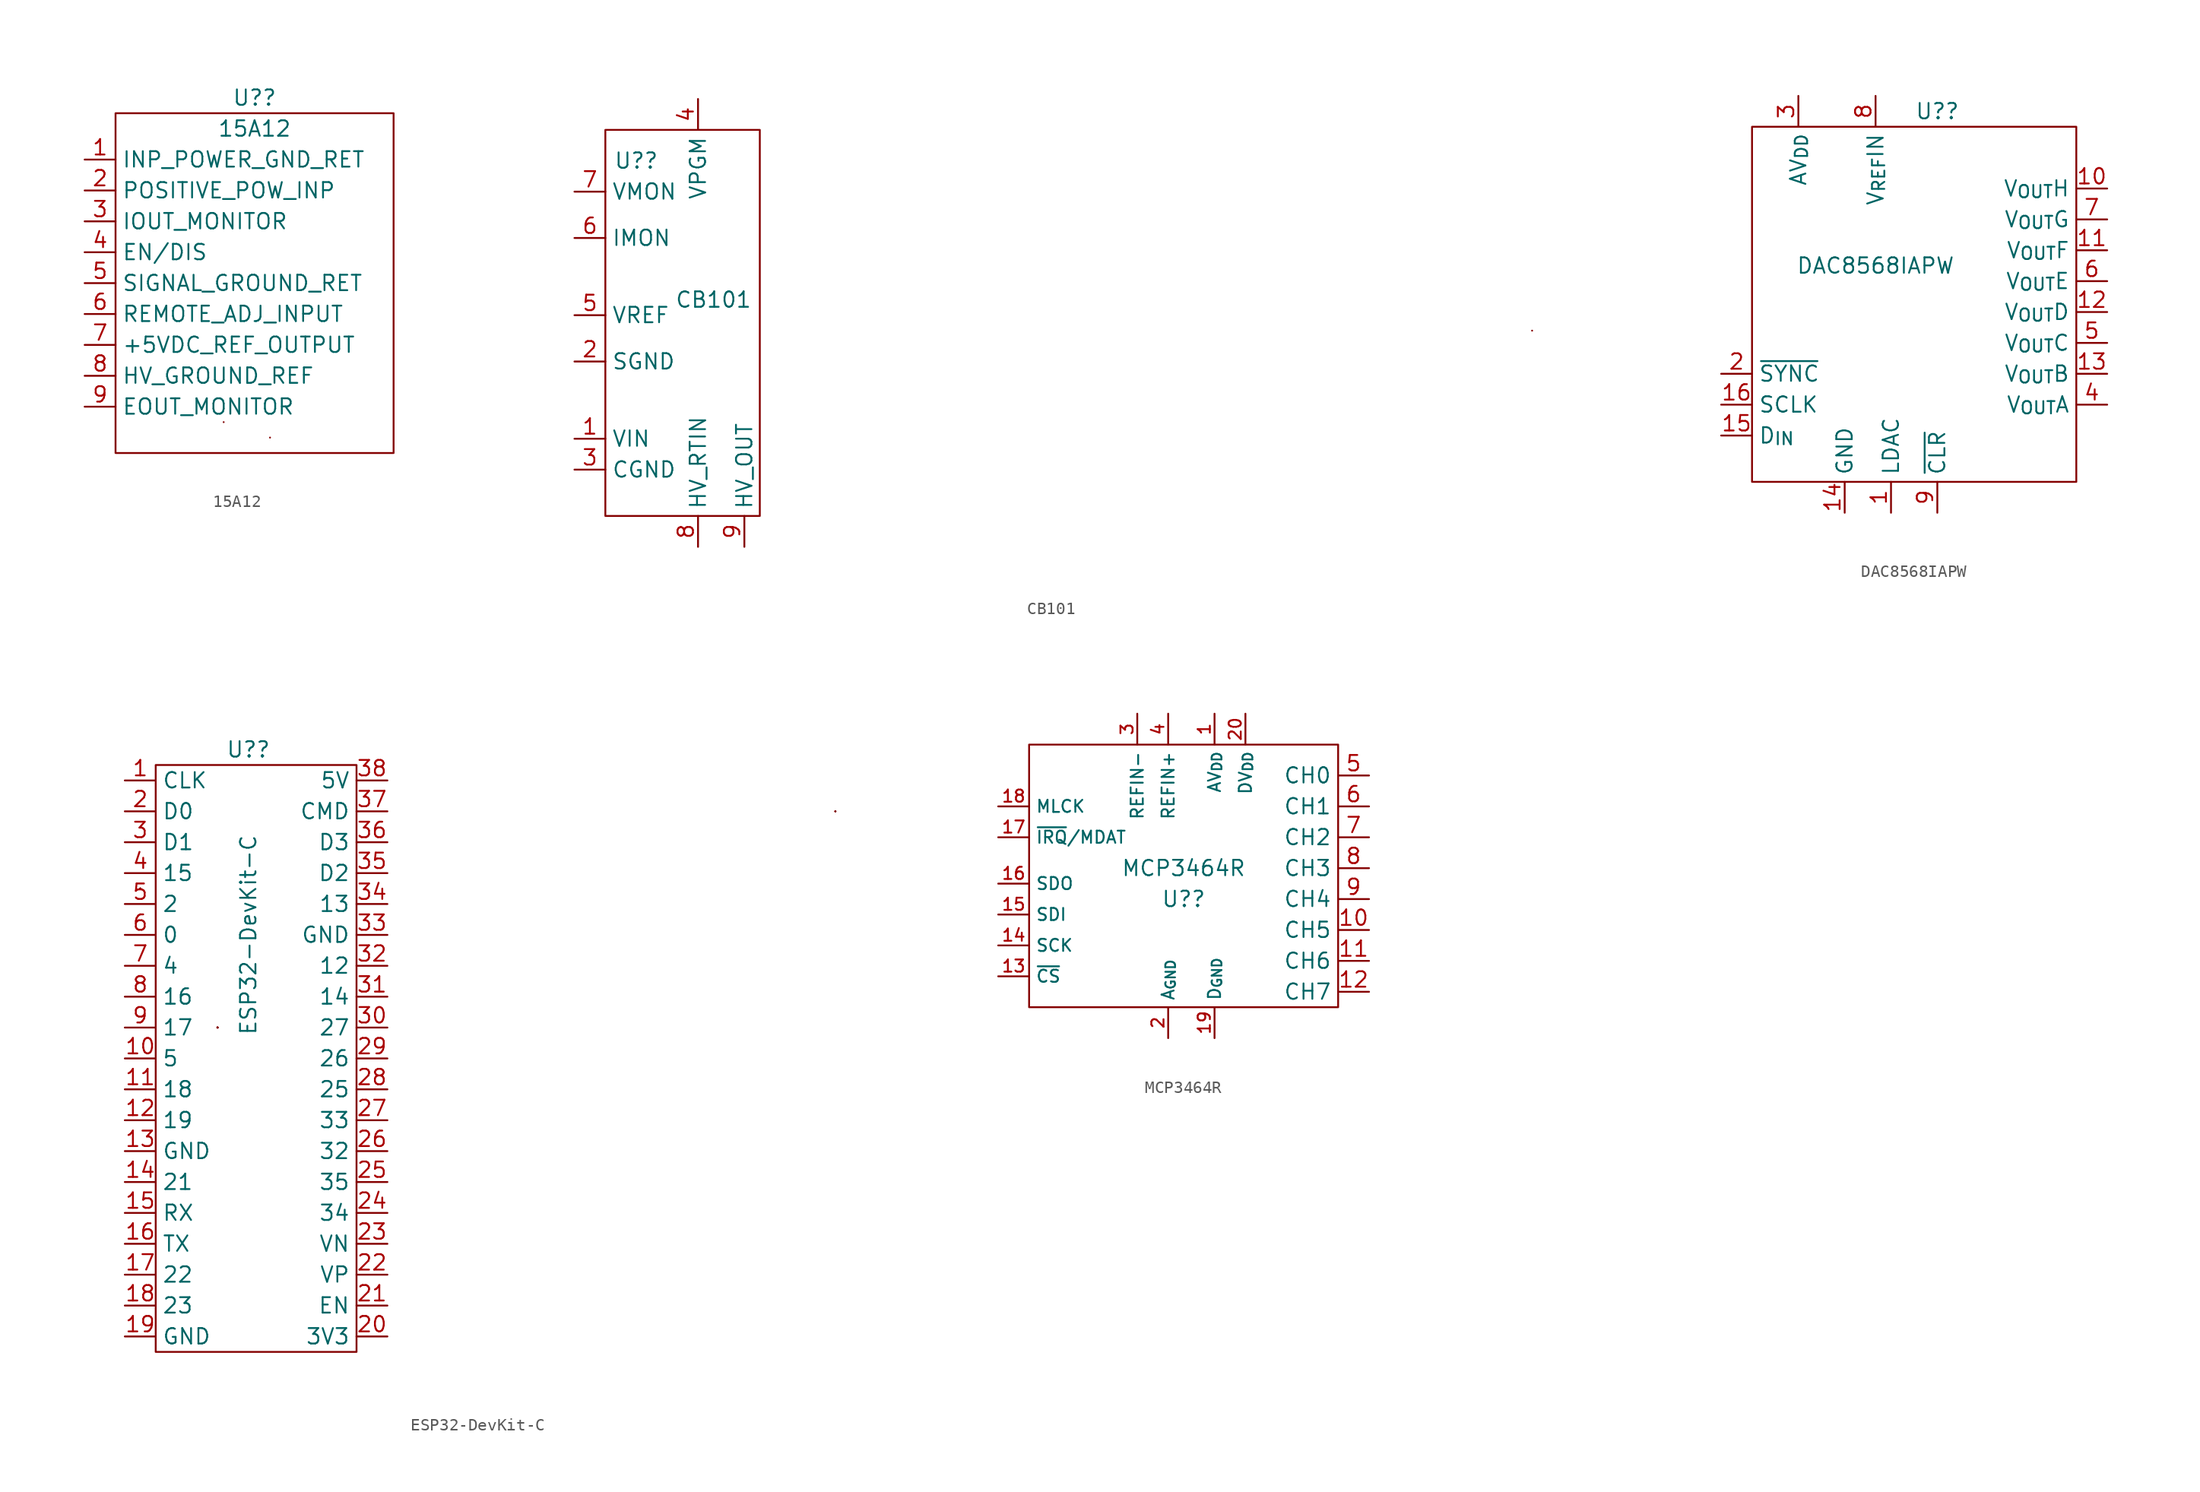
<source format=kicad_sym>
(kicad_symbol_lib
  (version 20211014)
  (generator kicad_symbol_editor)
  (symbol "15A12"
    (property "Reference" "U?"
      (at 2.54 12.7 0)
      (effects (font (size 1.27 1.27))))
    (property "Value" "15A12"
      (at 2.54 10.16 0)
      (effects (font (size 1.27 1.27))))
    (symbol "15A12_0_1"
      (rectangle (start -8.89 11.43) (end 13.97 -16.51) (stroke (width 0) (type default) (color 0 0 0 0)) (fill (type none)))
      (rectangle (start 0 -13.97) (end 0 -13.97) (stroke (width 0) (type default) (color 0 0 0 0)) (fill (type none)))
      (rectangle (start 3.81 -15.24) (end 3.81 -15.24) (stroke (width 0) (type default) (color 0 0 0 0)) (fill (type none))))
    (symbol "15A12_1_1"
      (pin input line (at -11.43 7.62 0) (length 2.54) (name "INP_POWER_GND_RET" (effects (font (size 1.27 1.27)))) (number "1" (effects (font (size 1.27 1.27)))))
      (pin input line (at -11.43 5.08 0) (length 2.54) (name "POSITIVE_POW_INP" (effects (font (size 1.27 1.27)))) (number "2" (effects (font (size 1.27 1.27)))))
      (pin input line (at -11.43 2.54 0) (length 2.54) (name "IOUT_MONITOR" (effects (font (size 1.27 1.27)))) (number "3" (effects (font (size 1.27 1.27)))))
      (pin input line (at -11.43 0 0) (length 2.54) (name "EN/DIS" (effects (font (size 1.27 1.27)))) (number "4" (effects (font (size 1.27 1.27)))))
      (pin input line (at -11.43 -2.54 0) (length 2.54) (name "SIGNAL_GROUND_RET" (effects (font (size 1.27 1.27)))) (number "5" (effects (font (size 1.27 1.27)))))
      (pin input line (at -11.43 -5.08 0) (length 2.54) (name "REMOTE_ADJ_INPUT" (effects (font (size 1.27 1.27)))) (number "6" (effects (font (size 1.27 1.27)))))
      (pin input line (at -11.43 -7.62 0) (length 2.54) (name "+5VDC_REF_OUTPUT" (effects (font (size 1.27 1.27)))) (number "7" (effects (font (size 1.27 1.27)))))
      (pin input line (at -11.43 -10.16 0) (length 2.54) (name "HV_GROUND_REF" (effects (font (size 1.27 1.27)))) (number "8" (effects (font (size 1.27 1.27)))))
      (pin input line (at -11.43 -12.7 0) (length 2.54) (name "EOUT_MONITOR" (effects (font (size 1.27 1.27)))) (number "9" (effects (font (size 1.27 1.27)))))))
  (symbol "CB101"
    (property "Reference" "U?"
      (at -2.54 11.43 0)
      (effects (font (size 1.27 1.27))))
    (property "Value" "CB101"
      (at 3.81 0 0)
      (effects (font (size 1.27 1.27))))
    (symbol "CB101_0_1"
      (rectangle (start -5.08 13.97) (end 7.62 -17.78) (stroke (width 0) (type default) (color 0 0 0 0)) (fill (type none)))
      (rectangle (start 71.12 -2.54) (end 71.12 -2.54) (stroke (width 0) (type default) (color 0 0 0 0)) (fill (type none))))
    (symbol "CB101_1_1"
      (pin input line (at -7.62 -11.43 0) (length 2.54) (name "VIN" (effects (font (size 1.27 1.27)))) (number "1" (effects (font (size 1.27 1.27)))))
      (pin input line (at -7.62 -5.08 0) (length 2.54) (name "SGND" (effects (font (size 1.27 1.27)))) (number "2" (effects (font (size 1.27 1.27)))))
      (pin input line (at -7.62 -13.97 0) (length 2.54) (name "CGND" (effects (font (size 1.27 1.27)))) (number "3" (effects (font (size 1.27 1.27)))))
      (pin input line (at 2.54 16.51 270) (length 2.54) (name "VPGM" (effects (font (size 1.27 1.27)))) (number "4" (effects (font (size 1.27 1.27)))))
      (pin input line (at -7.62 -1.27 0) (length 2.54) (name "VREF" (effects (font (size 1.27 1.27)))) (number "5" (effects (font (size 1.27 1.27)))))
      (pin input line (at -7.62 5.08 0) (length 2.54) (name "IMON" (effects (font (size 1.27 1.27)))) (number "6" (effects (font (size 1.27 1.27)))))
      (pin input line (at -7.62 8.89 0) (length 2.54) (name "VMON" (effects (font (size 1.27 1.27)))) (number "7" (effects (font (size 1.27 1.27)))))
      (pin input line (at 2.54 -20.32 90) (length 2.54) (name "HV_RTIN" (effects (font (size 1.27 1.27)))) (number "8" (effects (font (size 1.27 1.27)))))
      (pin input line (at 6.35 -20.32 90) (length 2.54) (name "HV_OUT" (effects (font (size 1.27 1.27)))) (number "9" (effects (font (size 1.27 1.27)))))))
  (symbol "DAC8568IAPW"
    (property "Reference" "U?"
      (at 2.54 16.51 0)
      (effects (font (size 1.27 1.27))))
    (property "Value" "DAC8568IAPW"
      (at -2.54 3.81 0)
      (effects (font (size 1.27 1.27))))
    (symbol "DAC8568IAPW_0_1"
      (rectangle (start -12.7 15.24) (end 13.97 -13.97) (stroke (width 0) (type default) (color 0 0 0 0)) (fill (type none))))
    (symbol "DAC8568IAPW_1_1"
      (pin input line (at -1.27 -16.51 90) (length 2.54) (name "LDAC" (effects (font (size 1.27 1.27)))) (number "1" (effects (font (size 1.27 1.27)))))
      (pin output line (at 16.51 10.16 180) (length 2.54) (name "V_{OUT}H" (effects (font (size 1.27 1.27)))) (number "10" (effects (font (size 1.27 1.27)))))
      (pin output line (at 16.51 5.08 180) (length 2.54) (name "V_{OUT}F" (effects (font (size 1.27 1.27)))) (number "11" (effects (font (size 1.27 1.27)))))
      (pin output line (at 16.51 0 180) (length 2.54) (name "V_{OUT}D" (effects (font (size 1.27 1.27)))) (number "12" (effects (font (size 1.27 1.27)))))
      (pin output line (at 16.51 -5.08 180) (length 2.54) (name "V_{OUT}B" (effects (font (size 1.27 1.27)))) (number "13" (effects (font (size 1.27 1.27)))))
      (pin input line (at -5.08 -16.51 90) (length 2.54) (name "GND" (effects (font (size 1.27 1.27)))) (number "14" (effects (font (size 1.27 1.27)))))
      (pin input line (at -15.24 -10.16 0) (length 2.54) (name "D_{IN}" (effects (font (size 1.27 1.27)))) (number "15" (effects (font (size 1.27 1.27)))))
      (pin input line (at -15.24 -7.62 0) (length 2.54) (name "SCLK" (effects (font (size 1.27 1.27)))) (number "16" (effects (font (size 1.27 1.27)))))
      (pin input line (at -15.24 -5.08 0) (length 2.54) (name "~{SYNC}" (effects (font (size 1.27 1.27)))) (number "2" (effects (font (size 1.27 1.27)))))
      (pin input line (at -8.89 17.78 270) (length 2.54) (name "AV_{DD}" (effects (font (size 1.27 1.27)))) (number "3" (effects (font (size 1.27 1.27)))))
      (pin output line (at 16.51 -7.62 180) (length 2.54) (name "V_{OUT}A" (effects (font (size 1.27 1.27)))) (number "4" (effects (font (size 1.27 1.27)))))
      (pin output line (at 16.51 -2.54 180) (length 2.54) (name "V_{OUT}C" (effects (font (size 1.27 1.27)))) (number "5" (effects (font (size 1.27 1.27)))))
      (pin output line (at 16.51 2.54 180) (length 2.54) (name "V_{OUT}E" (effects (font (size 1.27 1.27)))) (number "6" (effects (font (size 1.27 1.27)))))
      (pin output line (at 16.51 7.62 180) (length 2.54) (name "V_{OUT}G" (effects (font (size 1.27 1.27)))) (number "7" (effects (font (size 1.27 1.27)))))
      (pin input line (at -2.54 17.78 270) (length 2.54) (name "V_{REF}IN" (effects (font (size 1.27 1.27)))) (number "8" (effects (font (size 1.27 1.27)))))
      (pin input line (at 2.54 -16.51 90) (length 2.54) (name "~{CLR}" (effects (font (size 1.27 1.27)))) (number "9" (effects (font (size 1.27 1.27)))))))
  (symbol "ESP32-DevKit-C"
    (property "Reference" "U?"
      (at -3.81 27.94 0)
      (effects (font (size 1.27 1.27))))
    (property "Value" "ESP32-DevKit-C"
      (at -3.81 12.7 90)
      (effects (font (size 1.27 1.27))))
    (symbol "ESP32-DevKit-C_0_1"
      (rectangle (start -12.7 16.51) (end -12.7 16.51) (stroke (width 0) (type default) (color 0 0 0 0)) (fill (type none)))
      (rectangle (start -12.7 16.51) (end -12.7 16.51) (stroke (width 0) (type default) (color 0 0 0 0)) (fill (type none)))
      (rectangle (start -12.7 16.51) (end -12.7 16.51) (stroke (width 0) (type default) (color 0 0 0 0)) (fill (type none)))
      (rectangle (start -12.7 16.51) (end -12.7 16.51) (stroke (width 0) (type default) (color 0 0 0 0)) (fill (type none)))
      (rectangle (start -12.7 16.51) (end -12.7 16.51) (stroke (width 0) (type default) (color 0 0 0 0)) (fill (type none)))
      (rectangle (start -12.7 16.51) (end -12.7 16.51) (stroke (width 0) (type default) (color 0 0 0 0)) (fill (type none)))
      (rectangle (start -12.7 16.51) (end -12.7 16.51) (stroke (width 0) (type default) (color 0 0 0 0)) (fill (type none)))
      (rectangle (start -12.7 16.51) (end -12.7 16.51) (stroke (width 0) (type default) (color 0 0 0 0)) (fill (type none)))
      (arc (start -12.7 16.51) (mid -12.7 16.51) (end -12.7 16.51) (stroke (width 0) (type default) (color 0 0 0 0)) (fill (type none)))
      (rectangle (start -11.43 26.67) (end 5.08 -21.59) (stroke (width 0) (type default) (color 0 0 0 0)) (fill (type none)))
      (rectangle (start -6.35 5.08) (end -6.35 5.08) (stroke (width 0) (type default) (color 0 0 0 0)) (fill (type none)))
      (rectangle (start -6.35 5.08) (end -6.35 5.08) (stroke (width 0) (type default) (color 0 0 0 0)) (fill (type none)))
      (rectangle (start -6.35 5.08) (end -6.35 5.08) (stroke (width 0) (type default) (color 0 0 0 0)) (fill (type none)))
      (rectangle (start -6.35 5.08) (end -6.35 5.08) (stroke (width 0) (type default) (color 0 0 0 0)) (fill (type none)))
      (rectangle (start -6.35 5.08) (end -6.35 5.08) (stroke (width 0) (type default) (color 0 0 0 0)) (fill (type none)))
      (rectangle (start -6.35 5.08) (end -6.35 5.08) (stroke (width 0) (type default) (color 0 0 0 0)) (fill (type none)))
      (rectangle (start -6.35 5.08) (end -6.35 5.08) (stroke (width 0) (type default) (color 0 0 0 0)) (fill (type none)))
      (rectangle (start -6.35 5.08) (end -6.35 5.08) (stroke (width 0) (type default) (color 0 0 0 0)) (fill (type none)))
      (rectangle (start -6.35 5.08) (end -6.35 5.08) (stroke (width 0) (type default) (color 0 0 0 0)) (fill (type none)))
      (polyline (pts (xy -12.7 16.51) (xy -12.7 16.51)) (stroke (width 0) (type default) (color 0 0 0 0)) (fill (type none)))
      (rectangle (start 44.45 22.86) (end 44.45 22.86) (stroke (width 0) (type default) (color 0 0 0 0)) (fill (type none)))
      (rectangle (start 44.45 22.86) (end 44.45 22.86) (stroke (width 0) (type default) (color 0 0 0 0)) (fill (type none)))
      (rectangle (start 44.45 22.86) (end 44.45 22.86) (stroke (width 0) (type default) (color 0 0 0 0)) (fill (type none)))
      (rectangle (start 44.45 22.86) (end 44.45 22.86) (stroke (width 0) (type default) (color 0 0 0 0)) (fill (type none)))
      (rectangle (start 44.45 22.86) (end 44.45 22.86) (stroke (width 0) (type default) (color 0 0 0 0)) (fill (type none))))
    (symbol "ESP32-DevKit-C_1_1"
      (pin input line (at -13.97 25.4 0) (length 2.54) (name "CLK" (effects (font (size 1.27 1.27)))) (number "1" (effects (font (size 1.27 1.27)))))
      (pin input line (at -13.97 2.54 0) (length 2.54) (name "5" (effects (font (size 1.27 1.27)))) (number "10" (effects (font (size 1.27 1.27)))))
      (pin input line (at -13.97 0 0) (length 2.54) (name "18" (effects (font (size 1.27 1.27)))) (number "11" (effects (font (size 1.27 1.27)))))
      (pin input line (at -13.97 -2.54 0) (length 2.54) (name "19" (effects (font (size 1.27 1.27)))) (number "12" (effects (font (size 1.27 1.27)))))
      (pin input line (at -13.97 -5.08 0) (length 2.54) (name "GND" (effects (font (size 1.27 1.27)))) (number "13" (effects (font (size 1.27 1.27)))))
      (pin input line (at -13.97 -7.62 0) (length 2.54) (name "21" (effects (font (size 1.27 1.27)))) (number "14" (effects (font (size 1.27 1.27)))))
      (pin input line (at -13.97 -10.16 0) (length 2.54) (name "RX" (effects (font (size 1.27 1.27)))) (number "15" (effects (font (size 1.27 1.27)))))
      (pin input line (at -13.97 -12.7 0) (length 2.54) (name "TX" (effects (font (size 1.27 1.27)))) (number "16" (effects (font (size 1.27 1.27)))))
      (pin input line (at -13.97 -15.24 0) (length 2.54) (name "22" (effects (font (size 1.27 1.27)))) (number "17" (effects (font (size 1.27 1.27)))))
      (pin input line (at -13.97 -17.78 0) (length 2.54) (name "23" (effects (font (size 1.27 1.27)))) (number "18" (effects (font (size 1.27 1.27)))))
      (pin input line (at -13.97 -20.32 0) (length 2.54) (name "GND" (effects (font (size 1.27 1.27)))) (number "19" (effects (font (size 1.27 1.27)))))
      (pin input line (at -13.97 22.86 0) (length 2.54) (name "D0" (effects (font (size 1.27 1.27)))) (number "2" (effects (font (size 1.27 1.27)))))
      (pin input line (at 7.62 -20.32 180) (length 2.54) (name "3V3" (effects (font (size 1.27 1.27)))) (number "20" (effects (font (size 1.27 1.27)))))
      (pin input line (at 7.62 -17.78 180) (length 2.54) (name "EN" (effects (font (size 1.27 1.27)))) (number "21" (effects (font (size 1.27 1.27)))))
      (pin input line (at 7.62 -15.24 180) (length 2.54) (name "VP" (effects (font (size 1.27 1.27)))) (number "22" (effects (font (size 1.27 1.27)))))
      (pin input line (at 7.62 -12.7 180) (length 2.54) (name "VN" (effects (font (size 1.27 1.27)))) (number "23" (effects (font (size 1.27 1.27)))))
      (pin input line (at 7.62 -10.16 180) (length 2.54) (name "34" (effects (font (size 1.27 1.27)))) (number "24" (effects (font (size 1.27 1.27)))))
      (pin input line (at 7.62 -7.62 180) (length 2.54) (name "35" (effects (font (size 1.27 1.27)))) (number "25" (effects (font (size 1.27 1.27)))))
      (pin input line (at 7.62 -5.08 180) (length 2.54) (name "32" (effects (font (size 1.27 1.27)))) (number "26" (effects (font (size 1.27 1.27)))))
      (pin input line (at 7.62 -2.54 180) (length 2.54) (name "33" (effects (font (size 1.27 1.27)))) (number "27" (effects (font (size 1.27 1.27)))))
      (pin input line (at 7.62 0 180) (length 2.54) (name "25" (effects (font (size 1.27 1.27)))) (number "28" (effects (font (size 1.27 1.27)))))
      (pin input line (at 7.62 2.54 180) (length 2.54) (name "26" (effects (font (size 1.27 1.27)))) (number "29" (effects (font (size 1.27 1.27)))))
      (pin input line (at -13.97 20.32 0) (length 2.54) (name "D1" (effects (font (size 1.27 1.27)))) (number "3" (effects (font (size 1.27 1.27)))))
      (pin input line (at 7.62 5.08 180) (length 2.54) (name "27" (effects (font (size 1.27 1.27)))) (number "30" (effects (font (size 1.27 1.27)))))
      (pin input line (at 7.62 7.62 180) (length 2.54) (name "14" (effects (font (size 1.27 1.27)))) (number "31" (effects (font (size 1.27 1.27)))))
      (pin input line (at 7.62 10.16 180) (length 2.54) (name "12" (effects (font (size 1.27 1.27)))) (number "32" (effects (font (size 1.27 1.27)))))
      (pin input line (at 7.62 12.7 180) (length 2.54) (name "GND" (effects (font (size 1.27 1.27)))) (number "33" (effects (font (size 1.27 1.27)))))
      (pin input line (at 7.62 15.24 180) (length 2.54) (name "13" (effects (font (size 1.27 1.27)))) (number "34" (effects (font (size 1.27 1.27)))))
      (pin input line (at 7.62 17.78 180) (length 2.54) (name "D2" (effects (font (size 1.27 1.27)))) (number "35" (effects (font (size 1.27 1.27)))))
      (pin input line (at 7.62 20.32 180) (length 2.54) (name "D3" (effects (font (size 1.27 1.27)))) (number "36" (effects (font (size 1.27 1.27)))))
      (pin input line (at 7.62 22.86 180) (length 2.54) (name "CMD" (effects (font (size 1.27 1.27)))) (number "37" (effects (font (size 1.27 1.27)))))
      (pin input line (at 7.62 25.4 180) (length 2.54) (name "5V" (effects (font (size 1.27 1.27)))) (number "38" (effects (font (size 1.27 1.27)))))
      (pin input line (at -13.97 17.78 0) (length 2.54) (name "15" (effects (font (size 1.27 1.27)))) (number "4" (effects (font (size 1.27 1.27)))))
      (pin input line (at -13.97 15.24 0) (length 2.54) (name "2" (effects (font (size 1.27 1.27)))) (number "5" (effects (font (size 1.27 1.27)))))
      (pin input line (at -13.97 12.7 0) (length 2.54) (name "0" (effects (font (size 1.27 1.27)))) (number "6" (effects (font (size 1.27 1.27)))))
      (pin input line (at -13.97 10.16 0) (length 2.54) (name "4" (effects (font (size 1.27 1.27)))) (number "7" (effects (font (size 1.27 1.27)))))
      (pin input line (at -13.97 7.62 0) (length 2.54) (name "16" (effects (font (size 1.27 1.27)))) (number "8" (effects (font (size 1.27 1.27)))))
      (pin input line (at -13.97 5.08 0) (length 2.54) (name "17" (effects (font (size 1.27 1.27)))) (number "9" (effects (font (size 1.27 1.27)))))))
  (symbol "MCP3464R"
    (property "Reference" "U?"
      (at 0 -1.27 0)
      (effects (font (size 1.27 1.27))))
    (property "Value" "MCP3464R"
      (at 0 1.27 0)
      (effects (font (size 1.27 1.27))))
    (symbol "MCP3464R_0_1"
      (rectangle (start -12.7 11.43) (end 12.7 -10.16) (stroke (width 0) (type default) (color 0 0 0 0)) (fill (type none))))
    (symbol "MCP3464R_1_1"
      (pin input line (at 2.54 13.97 270) (length 2.54) (name "AV_{DD}" (effects (font (size 1 1)))) (number "1" (effects (font (size 1 1)))))
      (pin input line (at 15.24 -3.81 180) (length 2.54) (name "CH5" (effects (font (size 1.27 1.27)))) (number "10" (effects (font (size 1.27 1.27)))))
      (pin input line (at 15.24 -6.35 180) (length 2.54) (name "CH6" (effects (font (size 1.27 1.27)))) (number "11" (effects (font (size 1.27 1.27)))))
      (pin input line (at 15.24 -8.89 180) (length 2.54) (name "CH7" (effects (font (size 1.27 1.27)))) (number "12" (effects (font (size 1.27 1.27)))))
      (pin input line (at -15.24 -7.62 0) (length 2.54) (name "~{CS}" (effects (font (size 1 1)))) (number "13" (effects (font (size 1 1)))))
      (pin input line (at -15.24 -5.08 0) (length 2.54) (name "SCK" (effects (font (size 1 1)))) (number "14" (effects (font (size 1 1)))))
      (pin input line (at -15.24 -2.54 0) (length 2.54) (name "SDI" (effects (font (size 1 1)))) (number "15" (effects (font (size 1 1)))))
      (pin input line (at -15.24 0 0) (length 2.54) (name "SDO" (effects (font (size 1 1)))) (number "16" (effects (font (size 1 1)))))
      (pin input line (at -15.24 3.81 0) (length 2.54) (name "~{IRQ}/MDAT" (effects (font (size 1 1)))) (number "17" (effects (font (size 1 1)))))
      (pin input line (at -15.24 6.35 0) (length 2.54) (name "MLCK" (effects (font (size 1 1)))) (number "18" (effects (font (size 1 1)))))
      (pin input line (at 2.54 -12.7 90) (length 2.54) (name "D_{GND}" (effects (font (size 1 1)))) (number "19" (effects (font (size 1 1)))))
      (pin input line (at -1.27 -12.7 90) (length 2.54) (name "A_{GND}" (effects (font (size 1 1)))) (number "2" (effects (font (size 1 1)))))
      (pin input line (at 5.08 13.97 270) (length 2.54) (name "DV_{DD}" (effects (font (size 1 1)))) (number "20" (effects (font (size 1 1)))))
      (pin input line (at -3.81 13.97 270) (length 2.54) (name "REFIN-" (effects (font (size 1 1)))) (number "3" (effects (font (size 1 1)))))
      (pin input line (at -1.27 13.97 270) (length 2.54) (name "REFIN+" (effects (font (size 1 1)))) (number "4" (effects (font (size 1 1)))))
      (pin input line (at 15.24 8.89 180) (length 2.54) (name "CH0" (effects (font (size 1.27 1.27)))) (number "5" (effects (font (size 1.27 1.27)))))
      (pin input line (at 15.24 6.35 180) (length 2.54) (name "CH1" (effects (font (size 1.27 1.27)))) (number "6" (effects (font (size 1.27 1.27)))))
      (pin input line (at 15.24 3.81 180) (length 2.54) (name "CH2" (effects (font (size 1.27 1.27)))) (number "7" (effects (font (size 1.27 1.27)))))
      (pin input line (at 15.24 1.27 180) (length 2.54) (name "CH3" (effects (font (size 1.27 1.27)))) (number "8" (effects (font (size 1.27 1.27)))))
      (pin input line (at 15.24 -1.27 180) (length 2.54) (name "CH4" (effects (font (size 1.27 1.27)))) (number "9" (effects (font (size 1.27 1.27))))))))
</source>
